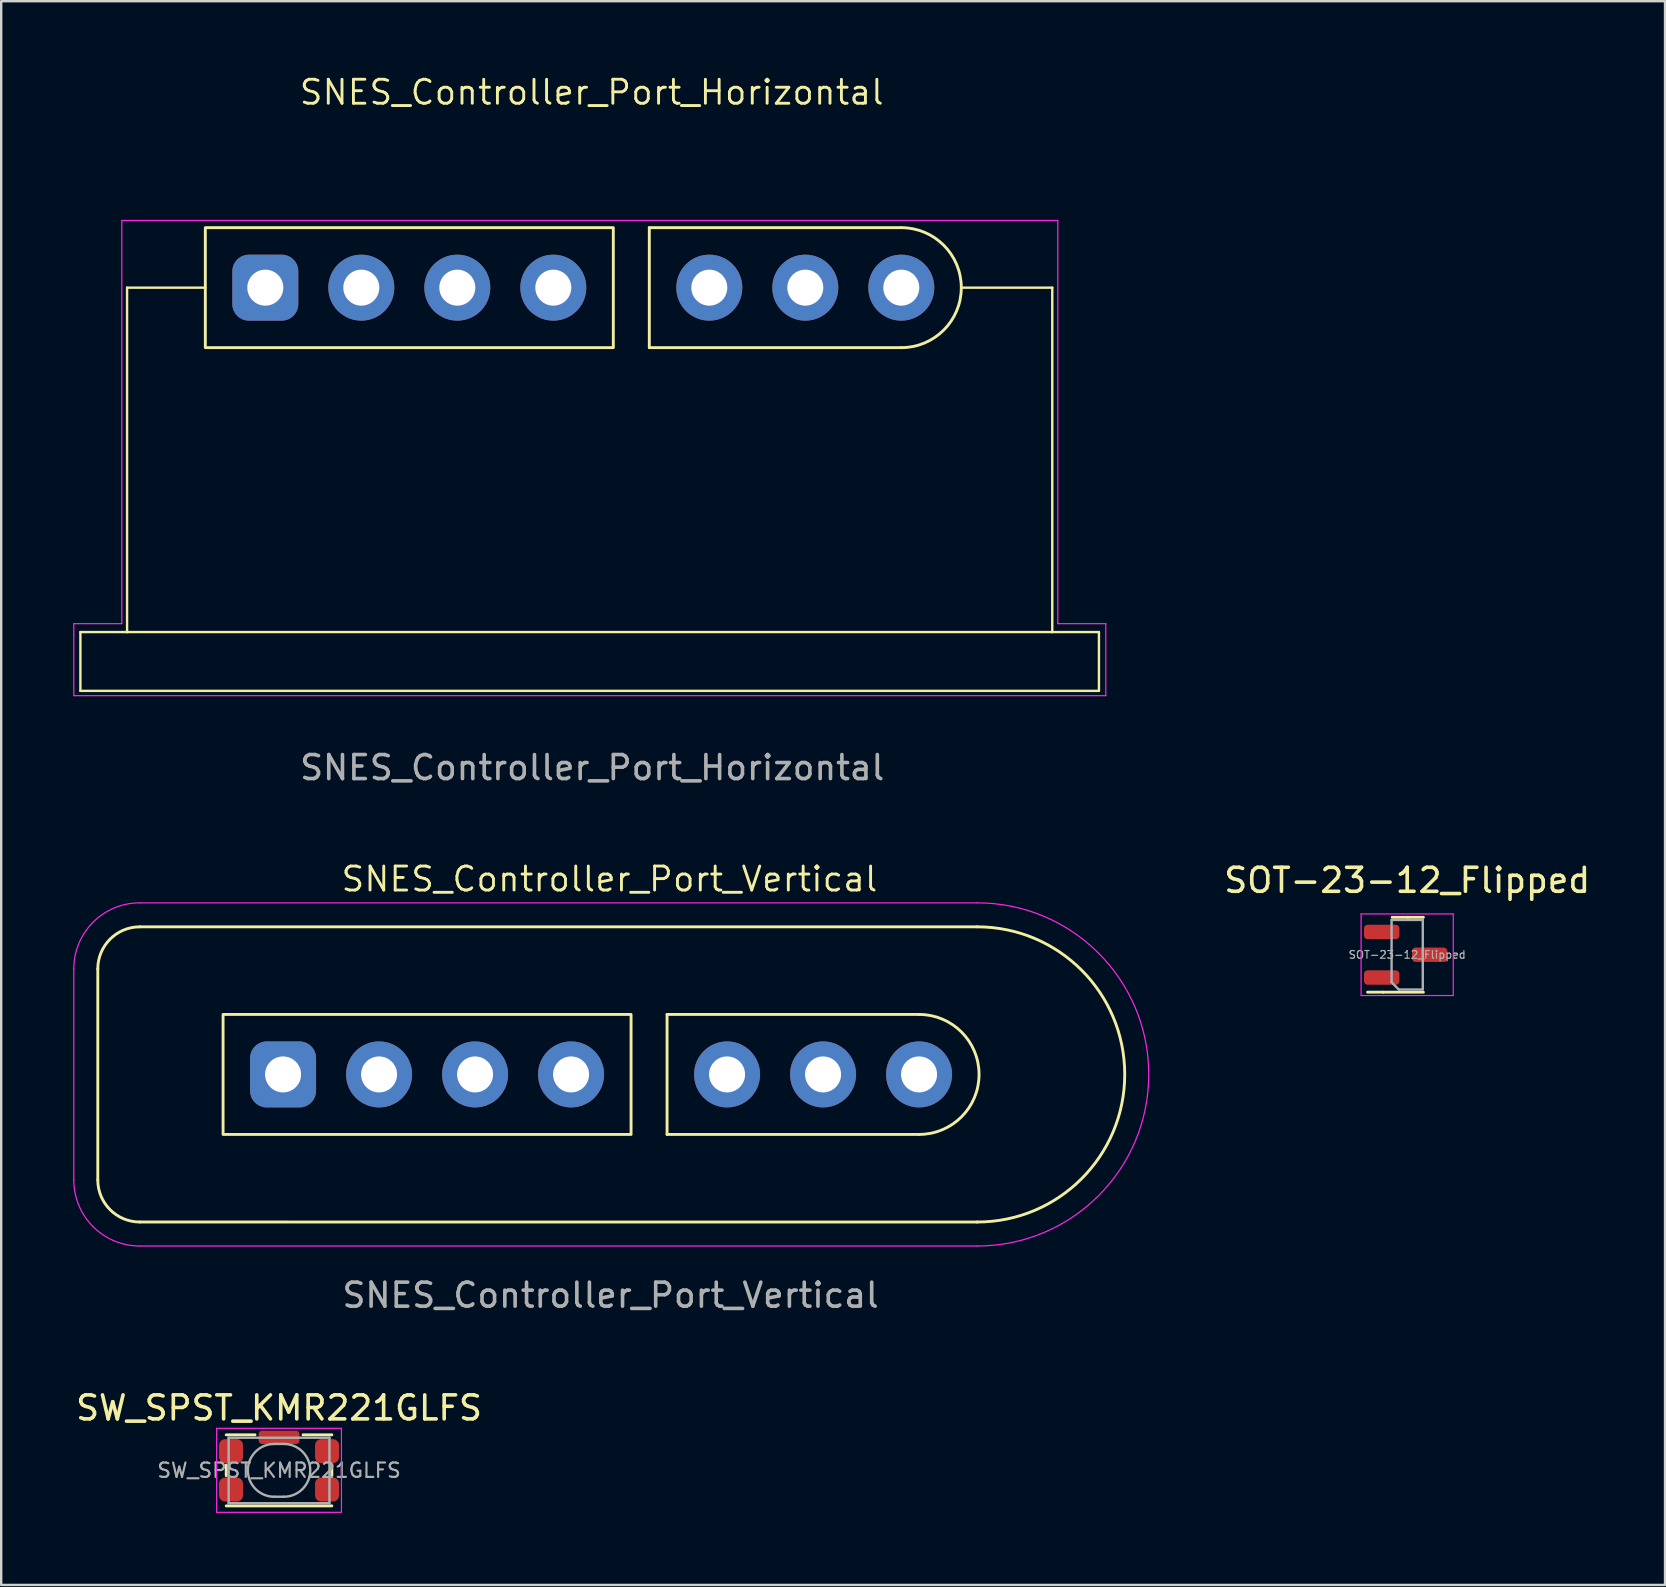
<source format=kicad_pcb>
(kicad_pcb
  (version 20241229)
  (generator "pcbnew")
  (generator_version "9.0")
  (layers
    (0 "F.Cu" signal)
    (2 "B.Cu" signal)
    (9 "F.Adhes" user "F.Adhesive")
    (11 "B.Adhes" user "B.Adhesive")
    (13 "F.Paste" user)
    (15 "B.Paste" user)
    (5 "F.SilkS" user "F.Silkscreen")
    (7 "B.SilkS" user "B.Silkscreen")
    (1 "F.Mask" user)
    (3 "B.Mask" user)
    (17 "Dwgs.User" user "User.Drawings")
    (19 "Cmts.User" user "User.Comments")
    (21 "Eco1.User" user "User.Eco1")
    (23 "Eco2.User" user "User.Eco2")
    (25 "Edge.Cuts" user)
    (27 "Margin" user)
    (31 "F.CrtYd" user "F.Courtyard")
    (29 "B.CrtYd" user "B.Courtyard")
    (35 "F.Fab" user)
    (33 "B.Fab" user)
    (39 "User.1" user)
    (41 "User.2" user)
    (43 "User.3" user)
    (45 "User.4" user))
  (footprint "SW_SPST_KMR221GLFS"
    (layer "F.Cu")
    (at 8.577 58.216)
    (property "Reference" "SW_SPST_KMR221GLFS" (at 0 -2.6 0) (layer "F.SilkS") (effects (font (size 1 1) (thickness 0.15))))
    (attr smd)
    (fp_line (start -2.2 -0.22) (end -2.2 0.22) (stroke (width 0.12) (type solid)) (layer "F.SilkS"))
    (fp_line (start -2.2 1.48) (end 2.2 1.48) (stroke (width 0.12) (type solid)) (layer "F.SilkS"))
    (fp_line (start -1 -1.48) (end -2.2 -1.48) (stroke (width 0.12) (type solid)) (layer "F.SilkS"))
    (fp_line (start 2.2 -1.48) (end 1 -1.48) (stroke (width 0.12) (type solid)) (layer "F.SilkS"))
    (fp_line (start 2.2 0.22) (end 2.2 -0.22) (stroke (width 0.12) (type solid)) (layer "F.SilkS"))
    (fp_line (start -2.6 -1.75) (end 2.6 -1.75) (stroke (width 0.05) (type solid)) (layer "F.CrtYd"))
    (fp_line (start -2.6 1.75) (end -2.6 -1.75) (stroke (width 0.05) (type solid)) (layer "F.CrtYd"))
    (fp_line (start 2.6 -1.75) (end 2.6 1.75) (stroke (width 0.05) (type solid)) (layer "F.CrtYd"))
    (fp_line (start 2.6 1.75) (end -2.6 1.75) (stroke (width 0.05) (type solid)) (layer "F.CrtYd"))
    (fp_line (start -2.1 -1.36) (end -2.1 1.37) (stroke (width 0.1) (type solid)) (layer "F.Fab"))
    (fp_line (start -2.1 1.37) (end 2.1 1.37) (stroke (width 0.1) (type solid)) (layer "F.Fab"))
    (fp_line (start -0.2 -1.1) (end 0.2 -1.1) (stroke (width 0.1) (type solid)) (layer "F.Fab"))
    (fp_line (start 0.2 1.1) (end -0.2 1.1) (stroke (width 0.1) (type solid)) (layer "F.Fab"))
    (fp_line (start 2.1 -1.36) (end -2.1 -1.36) (stroke (width 0.1) (type solid)) (layer "F.Fab"))
    (fp_line (start 2.1 1.37) (end 2.1 -1.36) (stroke (width 0.1) (type solid)) (layer "F.Fab"))
    (fp_arc (start -0.2 1.1) (mid -1.3 0) (end -0.2 -1.1) (stroke (width 0.1) (type solid)) (layer "F.Fab"))
    (fp_arc (start 0.2 -1.1) (mid 1.3 0) (end 0.2 1.1) (stroke (width 0.1) (type solid)) (layer "F.Fab"))
    (fp_text user "${REFERENCE}" (at 0 0 0) (layer "F.Fab") (effects (font (size 0.6 0.6) (thickness 0.09))))
    (pad "1" smd roundrect (at -2 -0.8) (size 1 1) (layers "F.Cu" "F.Mask" "F.Paste") (roundrect_rratio 0.25))
    (pad "1" smd roundrect (at 2 -0.8) (size 1 1) (layers "F.Cu" "F.Mask" "F.Paste") (roundrect_rratio 0.25))
    (pad "2" smd roundrect (at -2 0.8) (size 1 1) (layers "F.Cu" "F.Mask" "F.Paste") (roundrect_rratio 0.25))
    (pad "2" smd roundrect (at 2 0.8) (size 1 1) (layers "F.Cu" "F.Mask" "F.Paste") (roundrect_rratio 0.25))
    (pad "3" smd roundrect (at 0 -1.375) (size 1.7 0.55) (layers "F.Cu" "F.Mask" "F.Paste") (roundrect_rratio 0.25)))
  (footprint "SNES_Controller_Port_Vertical"
    (layer "F.Cu")
    (at 22.365 41.719)
    (property "Reference" "SNES_Controller_Port_Vertical" (at -0.02 -8.14 0) (unlocked yes) (layer "F.SilkS") (effects (font (size 1 1) (thickness 0.12))))
    (attr through_hole)
    (fp_line (start -21.34 -4.4) (end -21.34 4.399) (stroke (width 0.12) (type default)) (layer "F.SilkS"))
    (fp_line (start -19.59 -6.15) (end 15.3 -6.15) (stroke (width 0.12) (type default)) (layer "F.SilkS"))
    (fp_line (start -19.59 6.149) (end 15.3 6.15) (stroke (width 0.12) (type default)) (layer "F.SilkS"))
    (fp_line (start 2.38 -2.5) (end 2.38 2.5) (stroke (width 0.12) (type default)) (layer "F.SilkS"))
    (fp_line (start 2.38 -2.5) (end 12.88 -2.5) (stroke (width 0.12) (type default)) (layer "F.SilkS"))
    (fp_line (start 2.38 2.5) (end 12.88 2.5) (stroke (width 0.12) (type default)) (layer "F.SilkS"))
    (fp_rect (start -16.12 -2.5) (end 0.88 2.5) (stroke (width 0.12) (type default)) (fill no) (layer "F.SilkS"))
    (fp_arc (start -21.34 -4.4) (mid -20.827437 -5.637436) (end -19.59 -6.15) (stroke (width 0.12) (type default)) (layer "F.SilkS"))
    (fp_arc (start -19.59 6.149328) (mid -20.827436 5.636765) (end -21.34 4.399328) (stroke (width 0.12) (type default)) (layer "F.SilkS"))
    (fp_arc (start 12.88 -2.499664) (mid 15.379664 0) (end 12.88 2.499664) (stroke (width 0.12) (type default)) (layer "F.SilkS"))
    (fp_arc (start 15.3 -6.150334) (mid 21.449998 -0.000336) (end 15.3 6.149662) (stroke (width 0.12) (type default)) (layer "F.SilkS"))
    (fp_line (start -22.34 4.4) (end -22.34 -4.4) (stroke (width 0.05) (type default)) (layer "F.CrtYd"))
    (fp_line (start -19.59 -7.15) (end 15.3 -7.15) (stroke (width 0.05) (type default)) (layer "F.CrtYd"))
    (fp_line (start -19.59 7.15) (end 15.3 7.15) (stroke (width 0.05) (type default)) (layer "F.CrtYd"))
    (fp_arc (start -22.34 -4.4) (mid -21.534544 -6.344544) (end -19.59 -7.15) (stroke (width 0.05) (type default)) (layer "F.CrtYd"))
    (fp_arc (start -19.59 7.15) (mid -21.534544 6.344544) (end -22.34 4.4) (stroke (width 0.05) (type default)) (layer "F.CrtYd"))
    (fp_arc (start 15.3 -7.15) (mid 22.45 0) (end 15.3 7.15) (stroke (width 0.05) (type default)) (layer "F.CrtYd"))
    (fp_text user "${REFERENCE}" (at 0.025 9.2 0) (unlocked yes) (layer "F.Fab") (effects (font (size 1 1) (thickness 0.15))))
    (pad "1" thru_hole roundrect (at -13.62 0) (size 2.75 2.75) (drill 1.5) (layers "*.Cu" "*.Mask") (roundrect_rratio 0.25))
    (pad "2" thru_hole circle (at -9.62 0) (size 2.75 2.75) (drill 1.5) (layers "*.Cu" "*.Mask"))
    (pad "3" thru_hole circle (at -5.62 0) (size 2.75 2.75) (drill 1.5) (layers "*.Cu" "*.Mask"))
    (pad "4" thru_hole circle (at -1.62 0) (size 2.75 2.75) (drill 1.5) (layers "*.Cu" "*.Mask"))
    (pad "5" thru_hole circle (at 4.88 0) (size 2.75 2.75) (drill 1.5) (layers "*.Cu" "*.Mask"))
    (pad "6" thru_hole circle (at 8.88 0) (size 2.75 2.75) (drill 1.5) (layers "*.Cu" "*.Mask"))
    (pad "7" thru_hole circle (at 12.88 0) (size 2.75 2.75) (drill 1.5) (layers "*.Cu" "*.Mask")))
  (footprint "SNES_Controller_Port_Horizontal"
    (layer "F.Cu")
    (at 21.625 8.936)
    (property "Reference" "SNES_Controller_Port_Horizontal" (at -0.02 -8.14 0) (unlocked yes) (layer "F.SilkS") (effects (font (size 1 1) (thickness 0.12))))
    (attr through_hole)
    (fp_line (start -21.325 14.35) (end -21.325 16.8) (stroke (width 0.1) (type default)) (layer "F.SilkS"))
    (fp_line (start -21.325 16.8) (end 21.115 16.8) (stroke (width 0.1) (type default)) (layer "F.SilkS"))
    (fp_line (start -19.38 0) (end -19.38 14.35) (stroke (width 0.1) (type default)) (layer "F.SilkS"))
    (fp_line (start -19.38 14.35) (end -21.325 14.35) (stroke (width 0.1) (type default)) (layer "F.SilkS"))
    (fp_line (start -19.38 14.35) (end 19.17 14.35) (stroke (width 0.1) (type default)) (layer "F.SilkS"))
    (fp_line (start -16.12 0) (end -19.38 0) (stroke (width 0.1) (type default)) (layer "F.SilkS"))
    (fp_line (start 2.38 -2.5) (end 2.38 2.5) (stroke (width 0.12) (type default)) (layer "F.SilkS"))
    (fp_line (start 2.38 -2.5) (end 12.88 -2.5) (stroke (width 0.12) (type default)) (layer "F.SilkS"))
    (fp_line (start 2.38 2.5) (end 12.88 2.5) (stroke (width 0.12) (type default)) (layer "F.SilkS"))
    (fp_line (start 15.38 0) (end 19.17 0) (stroke (width 0.1) (type default)) (layer "F.SilkS"))
    (fp_line (start 19.17 0) (end 19.17 14.35) (stroke (width 0.1) (type default)) (layer "F.SilkS"))
    (fp_line (start 21.115 14.35) (end 19.17 14.35) (stroke (width 0.1) (type default)) (layer "F.SilkS"))
    (fp_line (start 21.115 14.35) (end 21.115 16.8) (stroke (width 0.1) (type default)) (layer "F.SilkS"))
    (fp_rect (start -16.12 -2.5) (end 0.88 2.5) (stroke (width 0.12) (type default)) (fill no) (layer "F.SilkS"))
    (fp_arc (start 12.88 -2.499664) (mid 15.379664 0) (end 12.88 2.499664) (stroke (width 0.12) (type default)) (layer "F.SilkS"))
    (fp_line (start -21.6 14) (end -19.6 14) (stroke (width 0.05) (type default)) (layer "F.CrtYd"))
    (fp_line (start -21.6 17) (end -21.6 14) (stroke (width 0.05) (type default)) (layer "F.CrtYd"))
    (fp_line (start -19.6 -2.8) (end 19.4 -2.8) (stroke (width 0.05) (type default)) (layer "F.CrtYd"))
    (fp_line (start -19.6 14) (end -19.6 -2.8) (stroke (width 0.05) (type default)) (layer "F.CrtYd"))
    (fp_line (start 19.4 -2.8) (end 19.4 14) (stroke (width 0.05) (type default)) (layer "F.CrtYd"))
    (fp_line (start 19.4 14) (end 21.4 14) (stroke (width 0.05) (type default)) (layer "F.CrtYd"))
    (fp_line (start 21.4 14) (end 21.4 17) (stroke (width 0.05) (type default)) (layer "F.CrtYd"))
    (fp_line (start 21.4 17) (end -21.6 17) (stroke (width 0.05) (type default)) (layer "F.CrtYd"))
    (fp_text user "${REFERENCE}" (at 0 20 0) (unlocked yes) (layer "F.Fab") (effects (font (size 1 1) (thickness 0.15))))
    (pad "1" thru_hole roundrect (at -13.62 0) (size 2.75 2.75) (drill 1.5) (layers "*.Cu" "*.Mask") (roundrect_rratio 0.25))
    (pad "2" thru_hole circle (at -9.62 0) (size 2.75 2.75) (drill 1.5) (layers "*.Cu" "*.Mask"))
    (pad "3" thru_hole circle (at -5.62 0) (size 2.75 2.75) (drill 1.5) (layers "*.Cu" "*.Mask"))
    (pad "4" thru_hole circle (at -1.62 0) (size 2.75 2.75) (drill 1.5) (layers "*.Cu" "*.Mask"))
    (pad "5" thru_hole circle (at 4.88 0) (size 2.75 2.75) (drill 1.5) (layers "*.Cu" "*.Mask"))
    (pad "6" thru_hole circle (at 8.88 0) (size 2.75 2.75) (drill 1.5) (layers "*.Cu" "*.Mask"))
    (pad "7" thru_hole circle (at 12.88 0) (size 2.75 2.75) (drill 1.5) (layers "*.Cu" "*.Mask")))
  (footprint "SOT-23-12_Flipped"
    (layer "F.Cu")
    (at 55.584 36.732)
    (property "Reference" "SOT-23-12_Flipped" (at 0 -3.1 0) (layer "F.SilkS") (effects (font (size 1 1) (thickness 0.15))))
    (attr smd)
    (fp_line (start -1 1.56) (end -1.65 1.56) (stroke (width 0.12) (type solid)) (layer "F.SilkS"))
    (fp_line (start -1 1.56) (end 0.675 1.56) (stroke (width 0.12) (type solid)) (layer "F.SilkS"))
    (fp_line (start 0.025 -1.56) (end -0.625 -1.56) (stroke (width 0.12) (type solid)) (layer "F.SilkS"))
    (fp_line (start 0.025 -1.56) (end 0.675 -1.56) (stroke (width 0.12) (type solid)) (layer "F.SilkS"))
    (fp_line (start -1.92 -1.7) (end -1.92 1.7) (stroke (width 0.05) (type solid)) (layer "F.CrtYd"))
    (fp_line (start -1.92 1.7) (end 1.92 1.7) (stroke (width 0.05) (type solid)) (layer "F.CrtYd"))
    (fp_line (start 1.92 -1.7) (end -1.92 -1.7) (stroke (width 0.05) (type solid)) (layer "F.CrtYd"))
    (fp_line (start 1.92 1.7) (end 1.92 -1.7) (stroke (width 0.05) (type solid)) (layer "F.CrtYd"))
    (fp_line (start -0.65 -1.45) (end -0.65 1.125) (stroke (width 0.1) (type solid)) (layer "F.Fab"))
    (fp_line (start -0.65 -1.45) (end 0.65 -1.45) (stroke (width 0.1) (type solid)) (layer "F.Fab"))
    (fp_line (start -0.338 1.462) (end -0.662 1.137) (stroke (width 0.1) (type solid)) (layer "F.Fab"))
    (fp_line (start 0.637 1.45) (end -0.338 1.45) (stroke (width 0.1) (type solid)) (layer "F.Fab"))
    (fp_line (start 0.65 -1.45) (end 0.65 1.45) (stroke (width 0.1) (type solid)) (layer "F.Fab"))
    (fp_text user "${REFERENCE}" (at 0 0 0) (layer "F.Fab") (effects (font (size 0.32 0.32) (thickness 0.05))))
    (pad "1" smd roundrect (at -1.062 0.95 180) (size 1.475 0.6) (layers "F.Cu" "F.Mask" "F.Paste") (roundrect_rratio 0.25))
    (pad "2" smd roundrect (at -1.062 -0.95 180) (size 1.475 0.6) (layers "F.Cu" "F.Mask" "F.Paste") (roundrect_rratio 0.25))
    (pad "3" smd roundrect (at 0.938 0) (size 1.475 0.6) (layers "F.Cu" "F.Mask" "F.Paste") (roundrect_rratio 0.25)))
  (gr_rect
    (start -3 -3)
    (end 66.328 62.991)
    (stroke (width 0.1) (type default))
    (fill no)
    (layer "Edge.Cuts")))
</source>
